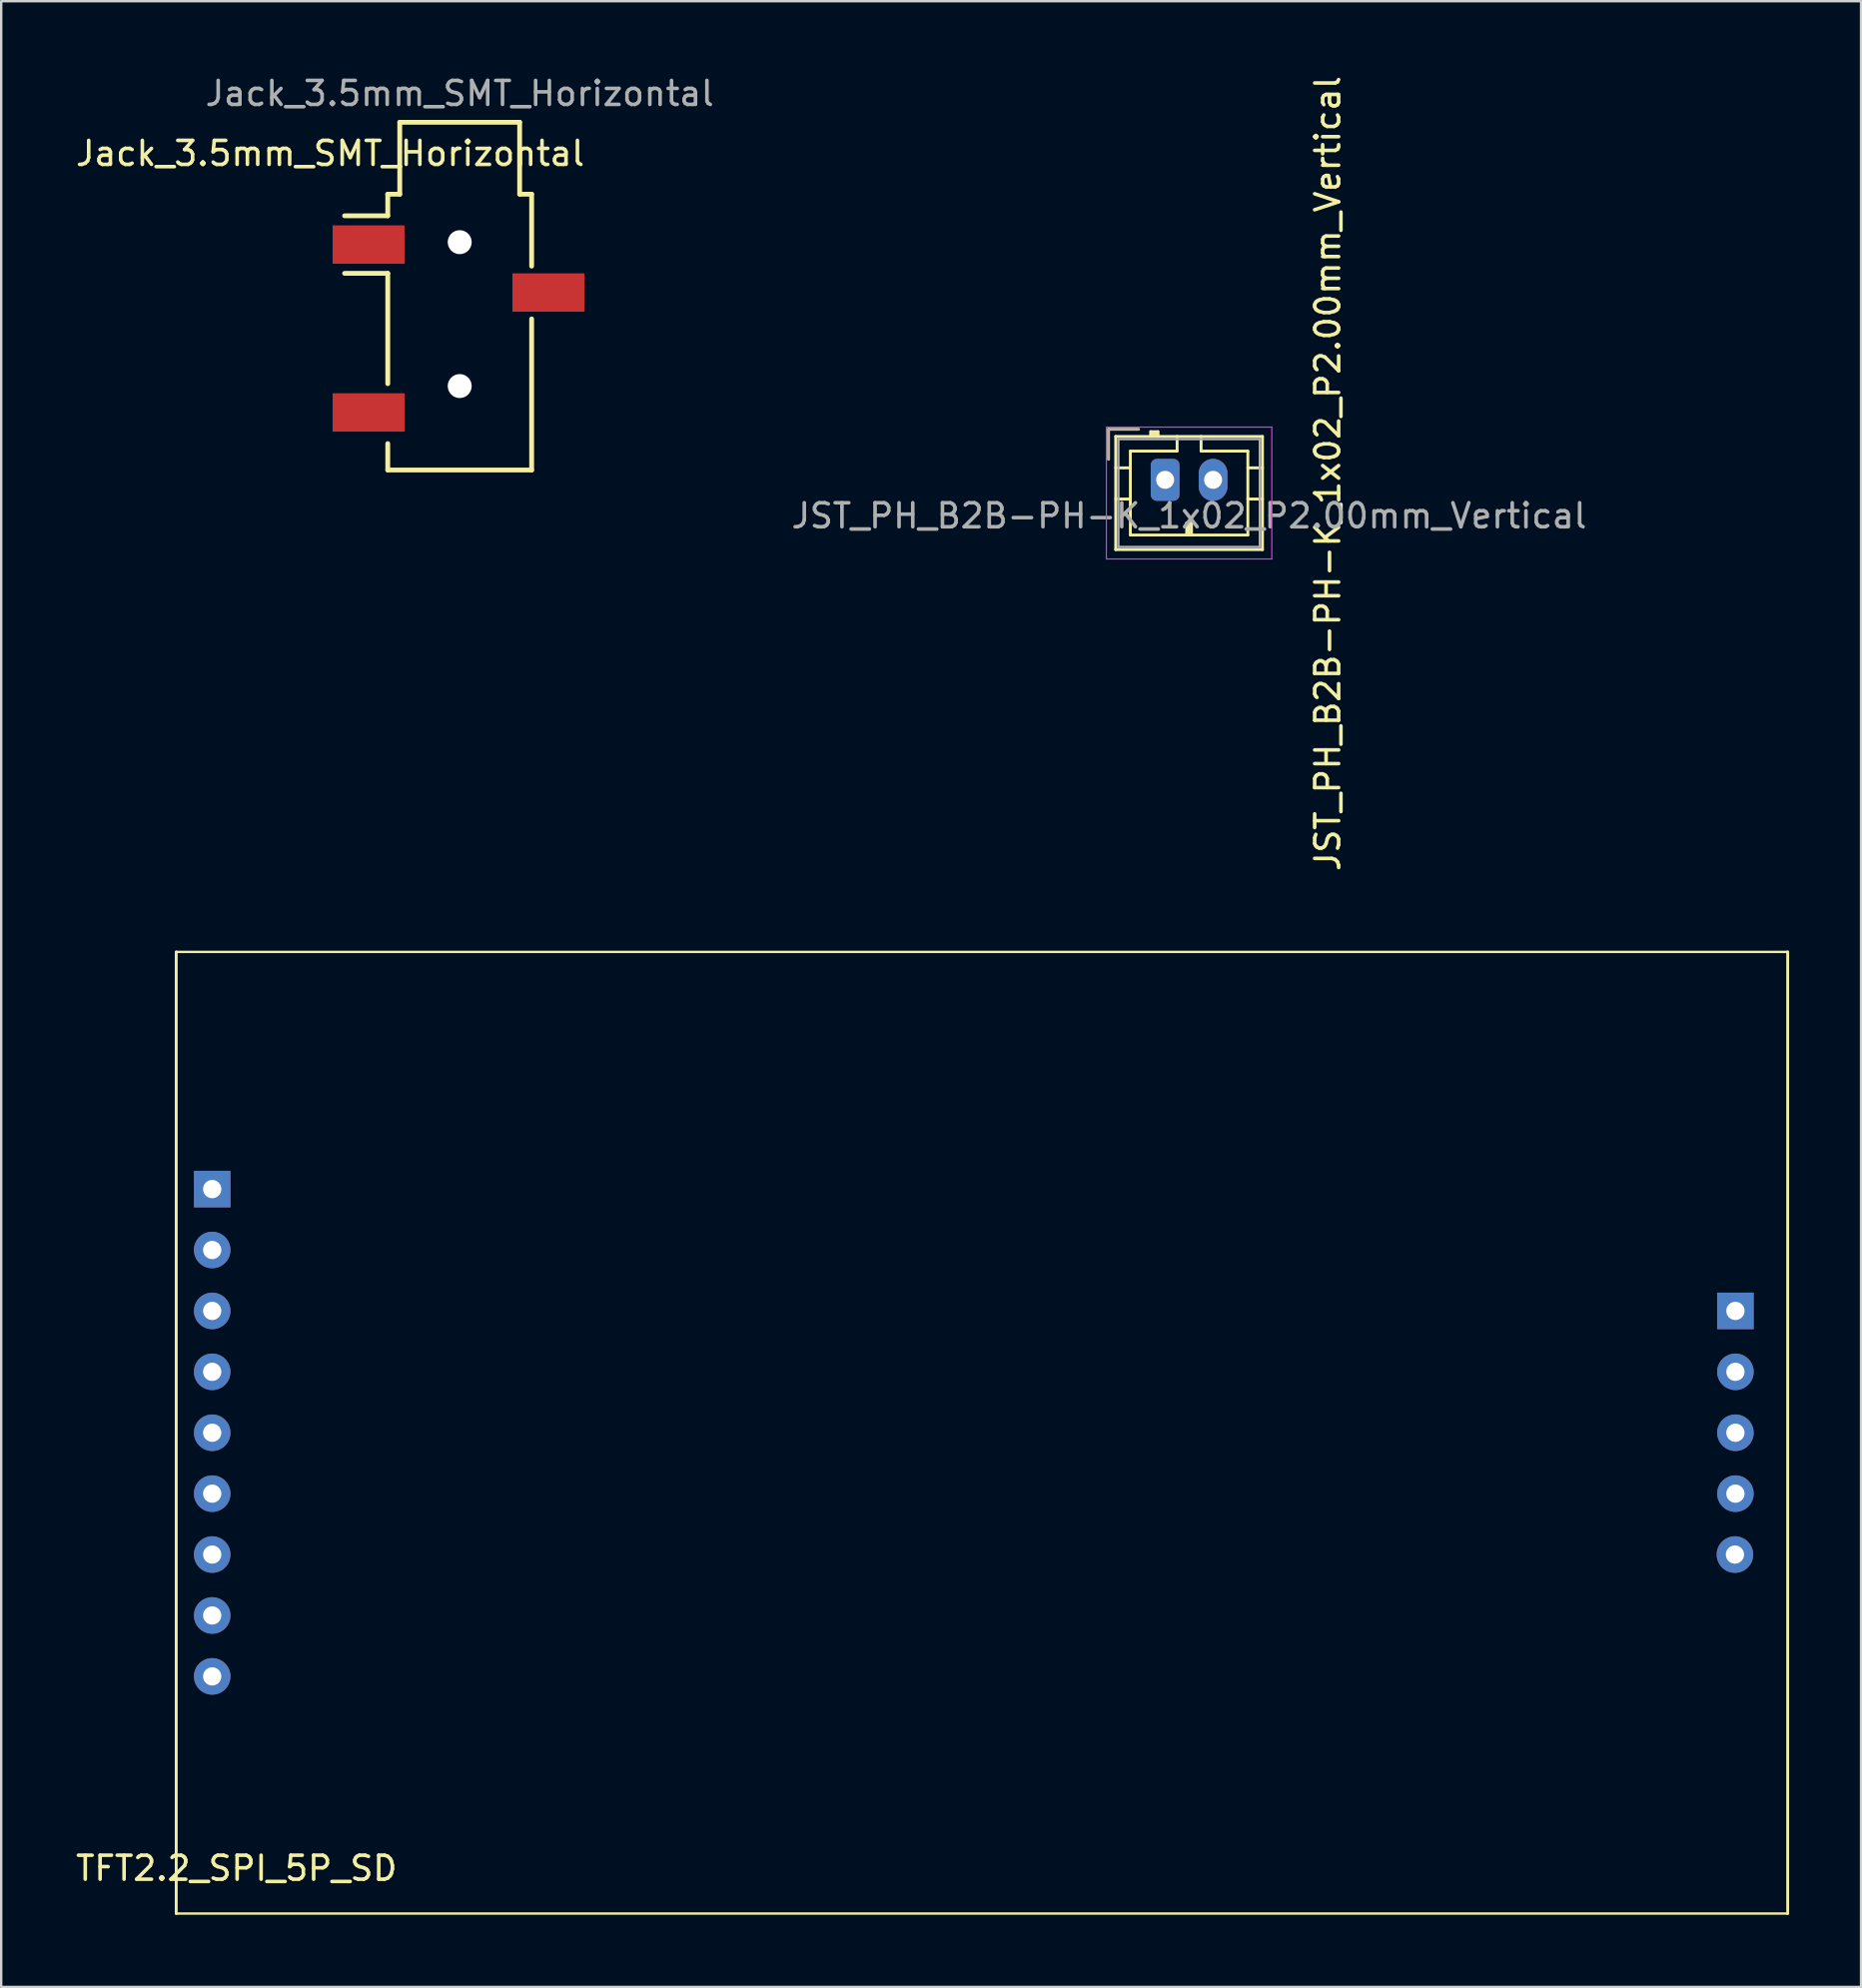
<source format=kicad_pcb>
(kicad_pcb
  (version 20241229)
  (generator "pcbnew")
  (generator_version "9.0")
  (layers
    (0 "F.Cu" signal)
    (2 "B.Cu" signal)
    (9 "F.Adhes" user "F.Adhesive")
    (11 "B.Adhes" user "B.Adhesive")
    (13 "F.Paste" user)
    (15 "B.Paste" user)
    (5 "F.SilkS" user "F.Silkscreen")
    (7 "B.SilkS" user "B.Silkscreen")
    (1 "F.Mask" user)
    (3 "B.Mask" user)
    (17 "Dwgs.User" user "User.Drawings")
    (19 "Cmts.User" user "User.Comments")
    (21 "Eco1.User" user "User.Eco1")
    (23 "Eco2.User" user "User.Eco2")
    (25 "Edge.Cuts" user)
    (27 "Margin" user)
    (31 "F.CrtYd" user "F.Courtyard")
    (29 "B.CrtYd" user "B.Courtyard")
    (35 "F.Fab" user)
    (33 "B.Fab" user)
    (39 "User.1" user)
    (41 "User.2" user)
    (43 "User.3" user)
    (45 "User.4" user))
  (footprint "Jack_3.5mm_SMT_Horizontal"
    (layer "F.Cu")
    (at 16.12 2.048)
    (property "Reference" "Jack_3.5mm_SMT_Horizontal" (at -5.4 1.3 0) (layer "F.SilkS") (effects (font (size 1 1) (thickness 0.15))))
    (attr smd)
    (fp_line (start -3 3) (end -3 3.9) (stroke (width 0.2) (type default)) (layer "F.SilkS"))
    (fp_line (start -3 3.9) (end -4.8 3.9) (stroke (width 0.2) (type default)) (layer "F.SilkS"))
    (fp_line (start -3 6.3) (end -4.8 6.3) (stroke (width 0.2) (type default)) (layer "F.SilkS"))
    (fp_line (start -3 6.3) (end -3 10.9) (stroke (width 0.2) (type default)) (layer "F.SilkS"))
    (fp_line (start -3 14.5) (end -3 13.4) (stroke (width 0.2) (type default)) (layer "F.SilkS"))
    (fp_line (start -3 14.5) (end 3 14.5) (stroke (width 0.2) (type default)) (layer "F.SilkS"))
    (fp_line (start -2.5 0) (end -2.5 3) (stroke (width 0.2) (type default)) (layer "F.SilkS"))
    (fp_line (start -2.5 0) (end 2.5 0) (stroke (width 0.2) (type default)) (layer "F.SilkS"))
    (fp_line (start -2.5 3) (end -3 3) (stroke (width 0.2) (type default)) (layer "F.SilkS"))
    (fp_line (start 2.5 0) (end 2.5 3) (stroke (width 0.2) (type default)) (layer "F.SilkS"))
    (fp_line (start 2.5 3) (end 3 3) (stroke (width 0.2) (type default)) (layer "F.SilkS"))
    (fp_line (start 3 3) (end 3 6) (stroke (width 0.2) (type default)) (layer "F.SilkS"))
    (fp_line (start 3 14.5) (end 3 8.2) (stroke (width 0.2) (type default)) (layer "F.SilkS"))
    (fp_text user "${REFERENCE}" (at 0 -1.2 0) (layer "F.Fab") (effects (font (size 1 1) (thickness 0.15))))
    (pad "" np_thru_hole circle (at 0 5) (size 1 1) (drill 1) (layers "*.Cu" "*.Mask"))
    (pad "" np_thru_hole circle (at 0 11) (size 1 1) (drill 1) (layers "*.Cu" "*.Mask"))
    (pad "R" smd rect (at 3.7 7.1) (size 3 1.6) (layers "F.Cu" "F.Mask" "F.Paste"))
    (pad "S" smd rect (at -3.8 5.1) (size 3 1.6) (layers "F.Cu" "F.Mask" "F.Paste"))
    (pad "T" smd rect (at -3.8 12.1) (size 3 1.6) (layers "F.Cu" "F.Mask" "F.Paste")))
  (footprint "TFT2.2_SPI_5P_SD"
    (layer "F.Cu")
    (at 4.299 36.643)
    (property "Reference" "TFT2.2_SPI_5P_SD" (at 2.516 38.211 180) (layer "F.SilkS") (effects (font (size 1 1) (thickness 0.15))))
    (attr through_hole)
    (fp_line (start 0 0) (end 0 40.1) (stroke (width 0.12) (type solid)) (layer "F.SilkS"))
    (fp_line (start 67.2 0) (end 0 0) (stroke (width 0.1) (type default)) (layer "F.SilkS"))
    (fp_line (start 67.2 0) (end 67.2 40.1) (stroke (width 0.12) (type solid)) (layer "F.SilkS"))
    (fp_line (start 67.2 40.1) (end 0 40.1) (stroke (width 0.1) (type default)) (layer "F.SilkS"))
    (pad "1" thru_hole rect (at 1.5 9.89 180) (size 1.524 1.524) (drill 0.762) (layers "*.Cu" "*.Mask"))
    (pad "2" thru_hole circle (at 1.5 12.43 180) (size 1.524 1.524) (drill 0.762) (layers "*.Cu" "*.Mask"))
    (pad "3" thru_hole circle (at 1.5 14.97 180) (size 1.524 1.524) (drill 0.762) (layers "*.Cu" "*.Mask"))
    (pad "4" thru_hole circle (at 1.5 17.51 180) (size 1.524 1.524) (drill 0.762) (layers "*.Cu" "*.Mask"))
    (pad "5" thru_hole circle (at 1.5 20.05 180) (size 1.524 1.524) (drill 0.762) (layers "*.Cu" "*.Mask"))
    (pad "6" thru_hole circle (at 1.5 22.59 180) (size 1.524 1.524) (drill 0.762) (layers "*.Cu" "*.Mask"))
    (pad "7" thru_hole circle (at 1.5 25.13 180) (size 1.524 1.524) (drill 0.762) (layers "*.Cu" "*.Mask"))
    (pad "8" thru_hole circle (at 1.5 27.67 180) (size 1.524 1.524) (drill 0.762) (layers "*.Cu" "*.Mask"))
    (pad "9" thru_hole circle (at 1.5 30.21 180) (size 1.524 1.524) (drill 0.762) (layers "*.Cu" "*.Mask"))
    (pad "10" thru_hole rect (at 65.02 14.97 180) (size 1.524 1.524) (drill 0.762) (layers "*.Cu" "*.Mask"))
    (pad "11" thru_hole circle (at 65.02 17.51 180) (size 1.524 1.524) (drill 0.762) (layers "*.Cu" "*.Mask"))
    (pad "12" thru_hole circle (at 65.02 20.05 180) (size 1.524 1.524) (drill 0.762) (layers "*.Cu" "*.Mask"))
    (pad "13" thru_hole circle (at 65.02 22.59 180) (size 1.524 1.524) (drill 0.762) (layers "*.Cu" "*.Mask"))
    (pad "14" thru_hole circle (at 65 25.13 180) (size 1.524 1.524) (drill 0.762) (layers "*.Cu" "*.Mask")))
  (footprint "JST_PH_B2B-PH-K_1x02_P2.00mm_Vertical"
    (layer "F.Cu")
    (at 45.537 16.959)
    (property "Reference" "JST_PH_B2B-PH-K_1x02_P2.00mm_Vertical" (at 6.781 -0.263 90) (layer "F.SilkS") (effects (font (size 1 1) (thickness 0.15))))
    (attr through_hole)
    (fp_line (start -2.36 -2.11) (end -2.36 -0.86) (stroke (width 0.12) (type solid)) (layer "F.SilkS"))
    (fp_line (start -2.06 -1.81) (end -2.06 2.91) (stroke (width 0.12) (type solid)) (layer "F.SilkS"))
    (fp_line (start -2.06 -0.5) (end -1.45 -0.5) (stroke (width 0.12) (type solid)) (layer "F.SilkS"))
    (fp_line (start -2.06 0.8) (end -1.45 0.8) (stroke (width 0.12) (type solid)) (layer "F.SilkS"))
    (fp_line (start -2.06 2.91) (end 4.06 2.91) (stroke (width 0.12) (type solid)) (layer "F.SilkS"))
    (fp_line (start -1.45 -1.2) (end -1.45 2.3) (stroke (width 0.12) (type solid)) (layer "F.SilkS"))
    (fp_line (start -1.45 2.3) (end 3.45 2.3) (stroke (width 0.12) (type solid)) (layer "F.SilkS"))
    (fp_line (start -1.11 -2.11) (end -2.36 -2.11) (stroke (width 0.12) (type solid)) (layer "F.SilkS"))
    (fp_line (start -0.6 -2.01) (end -0.6 -1.81) (stroke (width 0.12) (type solid)) (layer "F.SilkS"))
    (fp_line (start -0.3 -2.01) (end -0.6 -2.01) (stroke (width 0.12) (type solid)) (layer "F.SilkS"))
    (fp_line (start -0.3 -1.91) (end -0.6 -1.91) (stroke (width 0.12) (type solid)) (layer "F.SilkS"))
    (fp_line (start -0.3 -1.81) (end -0.3 -2.01) (stroke (width 0.12) (type solid)) (layer "F.SilkS"))
    (fp_line (start 0.5 -1.81) (end 0.5 -1.2) (stroke (width 0.12) (type solid)) (layer "F.SilkS"))
    (fp_line (start 0.5 -1.2) (end -1.45 -1.2) (stroke (width 0.12) (type solid)) (layer "F.SilkS"))
    (fp_line (start 0.9 1.8) (end 1.1 1.8) (stroke (width 0.12) (type solid)) (layer "F.SilkS"))
    (fp_line (start 0.9 2.3) (end 0.9 1.8) (stroke (width 0.12) (type solid)) (layer "F.SilkS"))
    (fp_line (start 1 2.3) (end 1 1.8) (stroke (width 0.12) (type solid)) (layer "F.SilkS"))
    (fp_line (start 1.1 1.8) (end 1.1 2.3) (stroke (width 0.12) (type solid)) (layer "F.SilkS"))
    (fp_line (start 1.5 -1.2) (end 1.5 -1.81) (stroke (width 0.12) (type solid)) (layer "F.SilkS"))
    (fp_line (start 3.45 -1.2) (end 1.5 -1.2) (stroke (width 0.12) (type solid)) (layer "F.SilkS"))
    (fp_line (start 3.45 2.3) (end 3.45 -1.2) (stroke (width 0.12) (type solid)) (layer "F.SilkS"))
    (fp_line (start 4.06 -1.81) (end -2.06 -1.81) (stroke (width 0.12) (type solid)) (layer "F.SilkS"))
    (fp_line (start 4.06 -0.5) (end 3.45 -0.5) (stroke (width 0.12) (type solid)) (layer "F.SilkS"))
    (fp_line (start 4.06 0.8) (end 3.45 0.8) (stroke (width 0.12) (type solid)) (layer "F.SilkS"))
    (fp_line (start 4.06 2.91) (end 4.06 -1.81) (stroke (width 0.12) (type solid)) (layer "F.SilkS"))
    (fp_line (start -2.45 -2.2) (end -2.45 3.3) (stroke (width 0.05) (type solid)) (layer "F.CrtYd"))
    (fp_line (start -2.45 3.3) (end 4.45 3.3) (stroke (width 0.05) (type solid)) (layer "F.CrtYd"))
    (fp_line (start 4.45 -2.2) (end -2.45 -2.2) (stroke (width 0.05) (type solid)) (layer "F.CrtYd"))
    (fp_line (start 4.45 3.3) (end 4.45 -2.2) (stroke (width 0.05) (type solid)) (layer "F.CrtYd"))
    (fp_line (start -2.36 -2.11) (end -2.36 -0.86) (stroke (width 0.1) (type solid)) (layer "F.Fab"))
    (fp_line (start -1.95 -1.7) (end -1.95 2.8) (stroke (width 0.1) (type solid)) (layer "F.Fab"))
    (fp_line (start -1.95 2.8) (end 3.95 2.8) (stroke (width 0.1) (type solid)) (layer "F.Fab"))
    (fp_line (start -1.11 -2.11) (end -2.36 -2.11) (stroke (width 0.1) (type solid)) (layer "F.Fab"))
    (fp_line (start 3.95 -1.7) (end -1.95 -1.7) (stroke (width 0.1) (type solid)) (layer "F.Fab"))
    (fp_line (start 3.95 2.8) (end 3.95 -1.7) (stroke (width 0.1) (type solid)) (layer "F.Fab"))
    (fp_text user "${REFERENCE}" (at 1 1.5 0) (layer "F.Fab") (effects (font (size 1 1) (thickness 0.15))))
    (pad "1" thru_hole roundrect (at 0 0) (size 1.2 1.75) (drill 0.75) (layers "*.Cu" "*.Mask") (roundrect_rratio 0.208))
    (pad "2" thru_hole oval (at 2 0) (size 1.2 1.75) (drill 0.75) (layers "*.Cu" "*.Mask")))
  (gr_rect
    (start -3 -3)
    (end 74.559 79.803)
    (stroke (width 0.1) (type default))
    (fill no)
    (layer "Edge.Cuts")))
</source>
